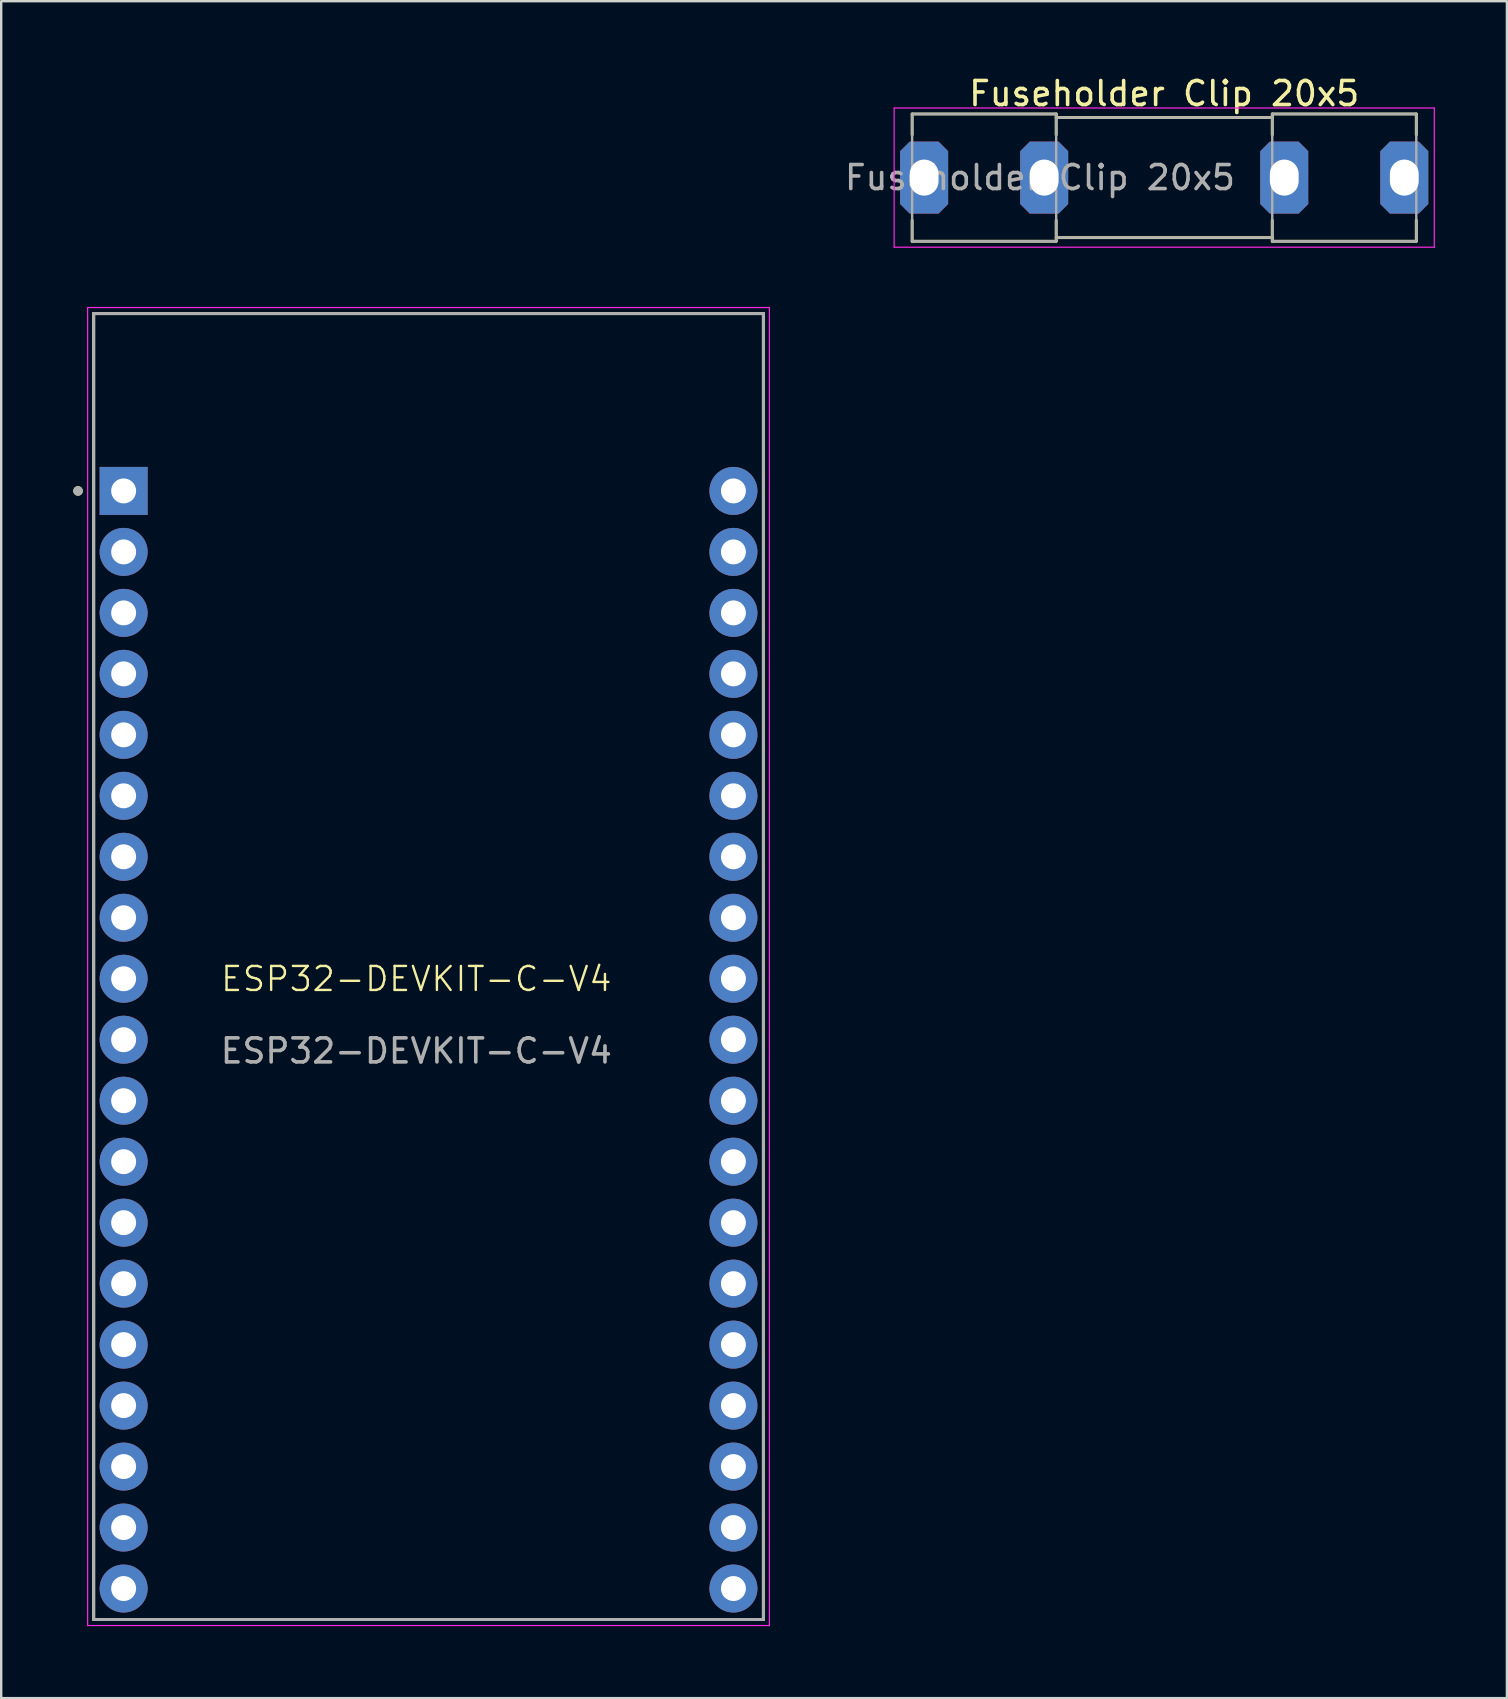
<source format=kicad_pcb>
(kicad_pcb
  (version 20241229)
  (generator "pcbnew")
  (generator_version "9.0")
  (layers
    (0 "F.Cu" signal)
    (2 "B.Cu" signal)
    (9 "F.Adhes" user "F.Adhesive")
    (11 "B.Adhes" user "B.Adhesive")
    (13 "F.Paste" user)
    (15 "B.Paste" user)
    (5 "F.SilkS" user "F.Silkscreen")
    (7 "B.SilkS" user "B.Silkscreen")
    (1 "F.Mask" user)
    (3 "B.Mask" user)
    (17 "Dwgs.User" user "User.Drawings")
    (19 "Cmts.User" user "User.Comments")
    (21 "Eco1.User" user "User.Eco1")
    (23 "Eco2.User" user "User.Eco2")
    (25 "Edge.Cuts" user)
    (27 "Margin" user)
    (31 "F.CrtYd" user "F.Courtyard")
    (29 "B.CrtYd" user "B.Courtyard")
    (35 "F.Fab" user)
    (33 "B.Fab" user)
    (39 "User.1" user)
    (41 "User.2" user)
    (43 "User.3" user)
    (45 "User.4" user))
  (footprint "Fuseholder Clip 20x5"
    (layer "F.Cu")
    (at 35.444 4.348)
    (property "Reference" "Fuseholder Clip 20x5" (at 10 -3.5 0) (layer "F.SilkS") (effects (font (size 1 1) (thickness 0.15))))
    (attr through_hole)
    (fp_line (start -0.5 -2.65) (end -0.5 -1.778) (stroke (width 0.12) (type solid)) (layer "F.SilkS"))
    (fp_line (start -0.5 2.65) (end -0.5 1.778) (stroke (width 0.12) (type solid)) (layer "F.SilkS"))
    (fp_line (start 5.5 -2.65) (end -0.5 -2.65) (stroke (width 0.12) (type solid)) (layer "F.SilkS"))
    (fp_line (start 5.5 -2.65) (end 5.5 -1.778) (stroke (width 0.12) (type solid)) (layer "F.SilkS"))
    (fp_line (start 5.5 2.65) (end -0.5 2.65) (stroke (width 0.12) (type solid)) (layer "F.SilkS"))
    (fp_line (start 5.5 2.65) (end 5.5 1.778) (stroke (width 0.12) (type solid)) (layer "F.SilkS"))
    (fp_line (start 14.5 -2.65) (end 14.5 -1.778) (stroke (width 0.12) (type solid)) (layer "F.SilkS"))
    (fp_line (start 14.5 -2.5) (end 5.5 -2.5) (stroke (width 0.12) (type solid)) (layer "F.SilkS"))
    (fp_line (start 14.5 2.5) (end 5.5 2.5) (stroke (width 0.12) (type solid)) (layer "F.SilkS"))
    (fp_line (start 14.5 2.65) (end 14.5 1.778) (stroke (width 0.12) (type solid)) (layer "F.SilkS"))
    (fp_line (start 14.5 2.65) (end 20.5 2.65) (stroke (width 0.12) (type solid)) (layer "F.SilkS"))
    (fp_line (start 20.5 -2.65) (end 14.5 -2.65) (stroke (width 0.12) (type solid)) (layer "F.SilkS"))
    (fp_line (start 20.5 -1.778) (end 20.5 -2.65) (stroke (width 0.12) (type solid)) (layer "F.SilkS"))
    (fp_line (start 20.5 1.778) (end 20.5 2.65) (stroke (width 0.12) (type solid)) (layer "F.SilkS"))
    (fp_line (start -1.25 -2.9) (end -1.25 2.9) (stroke (width 0.05) (type solid)) (layer "F.CrtYd"))
    (fp_line (start -1.25 -2.9) (end 21.25 -2.9) (stroke (width 0.05) (type solid)) (layer "F.CrtYd"))
    (fp_line (start 21.25 2.9) (end -1.25 2.9) (stroke (width 0.05) (type solid)) (layer "F.CrtYd"))
    (fp_line (start 21.25 2.9) (end 21.25 -2.9) (stroke (width 0.05) (type solid)) (layer "F.CrtYd"))
    (fp_line (start -0.5 -2.65) (end 5.5 -2.65) (stroke (width 0.1) (type solid)) (layer "F.Fab"))
    (fp_line (start -0.5 2.65) (end -0.5 -2.65) (stroke (width 0.1) (type solid)) (layer "F.Fab"))
    (fp_line (start 5.5 -2.65) (end 5.5 2.65) (stroke (width 0.1) (type solid)) (layer "F.Fab"))
    (fp_line (start 5.5 -2.5) (end 14.5 -2.5) (stroke (width 0.1) (type solid)) (layer "F.Fab"))
    (fp_line (start 5.5 2.65) (end -0.5 2.65) (stroke (width 0.1) (type solid)) (layer "F.Fab"))
    (fp_line (start 14.5 -2.65) (end 14.5 2.65) (stroke (width 0.1) (type solid)) (layer "F.Fab"))
    (fp_line (start 14.5 2.5) (end 5.5 2.5) (stroke (width 0.1) (type solid)) (layer "F.Fab"))
    (fp_line (start 14.5 2.65) (end 20.5 2.65) (stroke (width 0.1) (type solid)) (layer "F.Fab"))
    (fp_line (start 20.5 -2.65) (end 14.5 -2.65) (stroke (width 0.1) (type solid)) (layer "F.Fab"))
    (fp_line (start 20.5 2.65) (end 20.5 -2.65) (stroke (width 0.1) (type solid)) (layer "F.Fab"))
    (fp_text user "${REFERENCE}" (at 4.825 0 0) (layer "F.Fab") (effects (font (size 1 1) (thickness 0.15))))
    (pad "1" thru_hole roundrect (at 0 0) (size 2 3) (drill oval 1.2 1.5) (layers "*.Cu" "*.Mask") (roundrect_rratio 0) (chamfer_ratio 0.2) (chamfer top_left top_right bottom_left bottom_right))
    (pad "1" thru_hole roundrect (at 5 0) (size 2 3) (drill oval 1.2 1.5) (layers "*.Cu" "*.Mask") (roundrect_rratio 0) (chamfer_ratio 0.2) (chamfer top_left top_right bottom_left bottom_right))
    (pad "2" thru_hole roundrect (at 15 0) (size 2 3) (drill oval 1.2 1.5) (layers "*.Cu" "*.Mask") (roundrect_rratio 0) (chamfer_ratio 0.2) (chamfer top_left top_right bottom_left bottom_right))
    (pad "2" thru_hole roundrect (at 20 0) (size 2 3) (drill oval 1.2 1.5) (layers "*.Cu" "*.Mask") (roundrect_rratio 0) (chamfer_ratio 0.2) (chamfer top_left top_right bottom_left bottom_right)))
  (footprint "ESP32-DEVKIT-C-V4"
    (layer "F.Cu")
    (at 14.292 38.735)
    (property "Reference" "ESP32-DEVKIT-C-V4" (at 0 -1.008 0) (unlocked yes) (layer "F.SilkS") (effects (font (size 1 1) (thickness 0.1))))
    (attr through_hole)
    (fp_line (start -13.442 -28.726) (end 14.458 -28.726) (stroke (width 0.127) (type solid)) (layer "F.SilkS"))
    (fp_line (start -13.442 25.674) (end -13.442 -28.726) (stroke (width 0.127) (type solid)) (layer "F.SilkS"))
    (fp_line (start 14.458 -28.726) (end 14.458 25.674) (stroke (width 0.127) (type solid)) (layer "F.SilkS"))
    (fp_line (start 14.458 25.674) (end -13.442 25.674) (stroke (width 0.127) (type solid)) (layer "F.SilkS"))
    (fp_circle (center -14.092 -21.336) (end -13.992 -21.336) (stroke (width 0.2) (type solid)) (fill no) (layer "F.SilkS"))
    (fp_line (start -13.692 -28.976) (end 14.708 -28.976) (stroke (width 0.05) (type solid)) (layer "F.CrtYd"))
    (fp_line (start -13.692 25.924) (end -13.692 -28.976) (stroke (width 0.05) (type solid)) (layer "F.CrtYd"))
    (fp_line (start 14.708 -28.976) (end 14.708 25.924) (stroke (width 0.05) (type solid)) (layer "F.CrtYd"))
    (fp_line (start 14.708 25.924) (end -13.692 25.924) (stroke (width 0.05) (type solid)) (layer "F.CrtYd"))
    (fp_line (start -13.442 -28.726) (end 14.458 -28.726) (stroke (width 0.127) (type solid)) (layer "F.Fab"))
    (fp_line (start -13.442 25.674) (end -13.442 -28.726) (stroke (width 0.127) (type solid)) (layer "F.Fab"))
    (fp_line (start 14.458 -28.726) (end 14.458 25.674) (stroke (width 0.127) (type solid)) (layer "F.Fab"))
    (fp_line (start 14.458 25.674) (end -13.442 25.674) (stroke (width 0.127) (type solid)) (layer "F.Fab"))
    (fp_circle (center -14.092 -21.336) (end -13.992 -21.336) (stroke (width 0.2) (type solid)) (fill no) (layer "F.Fab"))
    (fp_line (start -13.442 -28.726) (end -8.8 -28.726) (stroke (width 0.1) (type default)) (layer "User.2"))
    (fp_line (start 14.478 -28.702) (end 9.478 -28.702) (stroke (width 0.1) (type default)) (layer "User.2"))
    (fp_text user "${REFERENCE}" (at 0 1.992 0) (unlocked yes) (layer "F.Fab") (effects (font (size 1 1) (thickness 0.15))))
    (pad "1" thru_hole rect (at -12.192 -21.336) (size 2 2) (drill 1.04) (layers "*.Cu" "*.Mask"))
    (pad "2" thru_hole circle (at -12.192 -18.796) (size 2 2) (drill 1.04) (layers "*.Cu" "*.Mask"))
    (pad "3" thru_hole circle (at -12.192 -16.256) (size 2 2) (drill 1.04) (layers "*.Cu" "*.Mask"))
    (pad "4" thru_hole circle (at -12.192 -13.716) (size 2 2) (drill 1.04) (layers "*.Cu" "*.Mask"))
    (pad "5" thru_hole circle (at -12.192 -11.176) (size 2 2) (drill 1.04) (layers "*.Cu" "*.Mask"))
    (pad "6" thru_hole circle (at -12.192 -8.636) (size 2 2) (drill 1.04) (layers "*.Cu" "*.Mask"))
    (pad "7" thru_hole circle (at -12.192 -6.096) (size 2 2) (drill 1.04) (layers "*.Cu" "*.Mask"))
    (pad "8" thru_hole circle (at -12.192 -3.556) (size 2 2) (drill 1.04) (layers "*.Cu" "*.Mask"))
    (pad "9" thru_hole circle (at -12.192 -1.016) (size 2 2) (drill 1.04) (layers "*.Cu" "*.Mask"))
    (pad "10" thru_hole circle (at -12.192 1.524) (size 2 2) (drill 1.04) (layers "*.Cu" "*.Mask"))
    (pad "11" thru_hole circle (at -12.192 4.064) (size 2 2) (drill 1.04) (layers "*.Cu" "*.Mask"))
    (pad "12" thru_hole circle (at -12.192 6.604) (size 2 2) (drill 1.04) (layers "*.Cu" "*.Mask"))
    (pad "13" thru_hole circle (at -12.192 9.144) (size 2 2) (drill 1.04) (layers "*.Cu" "*.Mask"))
    (pad "14" thru_hole circle (at -12.192 11.684) (size 2 2) (drill 1.04) (layers "*.Cu" "*.Mask"))
    (pad "15" thru_hole circle (at -12.192 14.224) (size 2 2) (drill 1.04) (layers "*.Cu" "*.Mask"))
    (pad "16" thru_hole circle (at -12.192 16.764) (size 2 2) (drill 1.04) (layers "*.Cu" "*.Mask"))
    (pad "17" thru_hole circle (at -12.192 19.304) (size 2 2) (drill 1.04) (layers "*.Cu" "*.Mask"))
    (pad "18" thru_hole circle (at -12.192 21.844) (size 2 2) (drill 1.04) (layers "*.Cu" "*.Mask"))
    (pad "19" thru_hole circle (at -12.192 24.384) (size 2 2) (drill 1.04) (layers "*.Cu" "*.Mask"))
    (pad "20" thru_hole circle (at 13.208 -21.336) (size 2 2) (drill 1.04) (layers "*.Cu" "*.Mask"))
    (pad "21" thru_hole circle (at 13.208 -18.796) (size 2 2) (drill 1.04) (layers "*.Cu" "*.Mask"))
    (pad "22" thru_hole circle (at 13.208 -16.256) (size 2 2) (drill 1.04) (layers "*.Cu" "*.Mask"))
    (pad "23" thru_hole circle (at 13.208 -13.716) (size 2 2) (drill 1.04) (layers "*.Cu" "*.Mask"))
    (pad "24" thru_hole circle (at 13.208 -11.176) (size 2 2) (drill 1.04) (layers "*.Cu" "*.Mask"))
    (pad "25" thru_hole circle (at 13.208 -8.636) (size 2 2) (drill 1.04) (layers "*.Cu" "*.Mask"))
    (pad "26" thru_hole circle (at 13.208 -6.096) (size 2 2) (drill 1.04) (layers "*.Cu" "*.Mask"))
    (pad "27" thru_hole circle (at 13.208 -3.556) (size 2 2) (drill 1.04) (layers "*.Cu" "*.Mask"))
    (pad "28" thru_hole circle (at 13.208 -1.016) (size 2 2) (drill 1.04) (layers "*.Cu" "*.Mask"))
    (pad "29" thru_hole circle (at 13.208 1.524) (size 2 2) (drill 1.04) (layers "*.Cu" "*.Mask"))
    (pad "30" thru_hole circle (at 13.208 4.064) (size 2 2) (drill 1.04) (layers "*.Cu" "*.Mask"))
    (pad "31" thru_hole circle (at 13.208 6.604) (size 2 2) (drill 1.04) (layers "*.Cu" "*.Mask"))
    (pad "32" thru_hole circle (at 13.208 9.144) (size 2 2) (drill 1.04) (layers "*.Cu" "*.Mask"))
    (pad "33" thru_hole circle (at 13.208 11.684) (size 2 2) (drill 1.04) (layers "*.Cu" "*.Mask"))
    (pad "34" thru_hole circle (at 13.208 14.224) (size 2 2) (drill 1.04) (layers "*.Cu" "*.Mask"))
    (pad "35" thru_hole circle (at 13.208 16.764) (size 2 2) (drill 1.04) (layers "*.Cu" "*.Mask"))
    (pad "36" thru_hole circle (at 13.208 19.304) (size 2 2) (drill 1.04) (layers "*.Cu" "*.Mask"))
    (pad "37" thru_hole circle (at 13.208 21.844) (size 2 2) (drill 1.04) (layers "*.Cu" "*.Mask"))
    (pad "38" thru_hole circle (at 13.208 24.384) (size 2 2) (drill 1.04) (layers "*.Cu" "*.Mask"))
    (zone (net_name "") (layers "F.Cu" "B.Cu" "User.2") (name "RF Antenna") (hatch edge 0.5) (connect_pads) (min_thickness 0.25) (filled_areas_thickness no) (keepout (tracks not_allowed) (vias not_allowed) (pads not_allowed) (copperpour not_allowed) (footprints not_allowed)) (placement (enabled no)) (fill) (polygon (pts (xy 4.259 0) (xy 24.259 0) (xy 24.259 10) (xy 4.259 10)))))
  (gr_rect
    (start -3 -3)
    (end 59.719 67.684)
    (stroke (width 0.1) (type default))
    (fill no)
    (layer "Edge.Cuts")))
</source>
